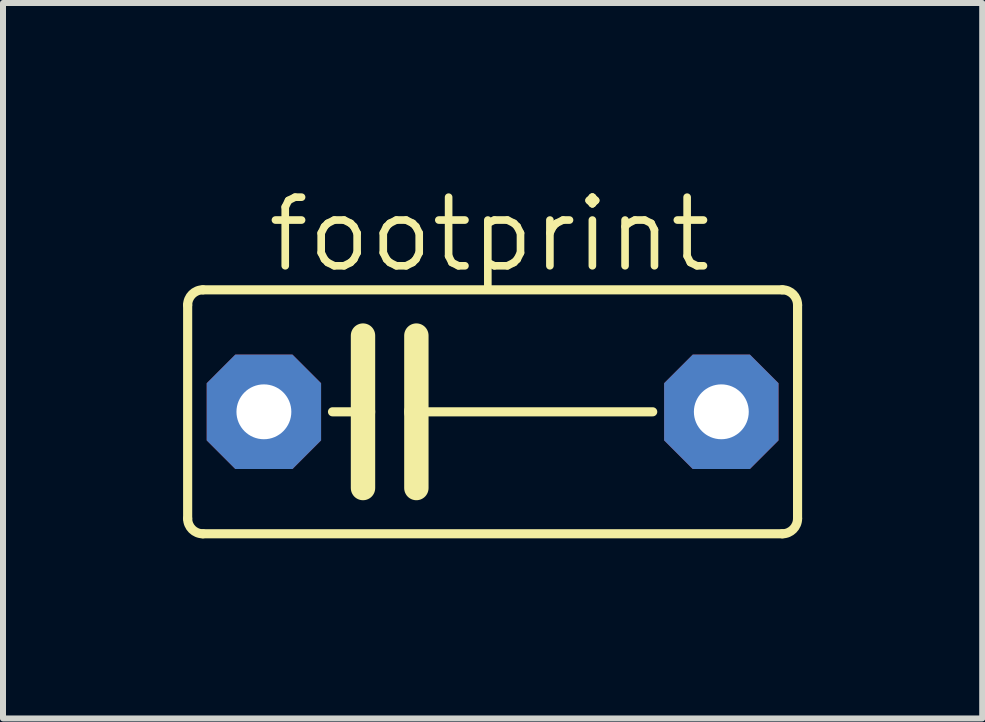
<source format=kicad_pcb>
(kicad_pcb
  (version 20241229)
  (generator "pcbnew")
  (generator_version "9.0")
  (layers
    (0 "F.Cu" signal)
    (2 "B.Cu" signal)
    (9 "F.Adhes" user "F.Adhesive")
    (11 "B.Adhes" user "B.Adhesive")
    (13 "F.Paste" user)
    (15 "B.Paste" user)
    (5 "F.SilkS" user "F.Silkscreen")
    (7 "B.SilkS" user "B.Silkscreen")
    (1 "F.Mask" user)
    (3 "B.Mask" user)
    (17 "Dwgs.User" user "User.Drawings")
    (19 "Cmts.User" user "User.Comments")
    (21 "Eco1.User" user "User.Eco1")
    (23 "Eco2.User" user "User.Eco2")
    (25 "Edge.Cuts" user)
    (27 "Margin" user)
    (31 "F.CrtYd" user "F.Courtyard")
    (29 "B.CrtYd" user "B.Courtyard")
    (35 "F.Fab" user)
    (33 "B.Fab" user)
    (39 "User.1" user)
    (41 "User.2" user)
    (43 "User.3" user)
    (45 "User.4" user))
  (footprint "footprint"
    (layer "F.Cu")
    (at 5.156 3.81)
    (property "Reference" "footprint" (at -3.81 -2.286 0) (layer "F.SilkS") (effects (font (size 1.143 1.143) (thickness 0.127)) (justify left bottom)))
    (fp_line (start -5.08 -1.778) (end -5.08 1.778) (stroke (width 0.152) (type solid)) (layer "F.SilkS"))
    (fp_line (start -4.826 2.032) (end 4.826 2.032) (stroke (width 0.152) (type solid)) (layer "F.SilkS"))
    (fp_line (start -2.667 0) (end -2.159 0) (stroke (width 0.152) (type solid)) (layer "F.SilkS"))
    (fp_line (start -2.159 -1.27) (end -2.159 0) (stroke (width 0.406) (type solid)) (layer "F.SilkS"))
    (fp_line (start -2.159 0) (end -2.159 1.27) (stroke (width 0.406) (type solid)) (layer "F.SilkS"))
    (fp_line (start -1.27 -1.27) (end -1.27 0) (stroke (width 0.406) (type solid)) (layer "F.SilkS"))
    (fp_line (start -1.27 0) (end -1.27 1.27) (stroke (width 0.406) (type solid)) (layer "F.SilkS"))
    (fp_line (start -1.27 0) (end 2.667 0) (stroke (width 0.152) (type solid)) (layer "F.SilkS"))
    (fp_line (start 4.826 -2.032) (end -4.826 -2.032) (stroke (width 0.152) (type solid)) (layer "F.SilkS"))
    (fp_line (start 5.08 1.778) (end 5.08 -1.778) (stroke (width 0.152) (type solid)) (layer "F.SilkS"))
    (fp_arc (start -5.08 -1.778) (mid -5.005605 -1.957605) (end -4.826 -2.032) (stroke (width 0.1524) (type solid)) (layer "F.SilkS"))
    (fp_arc (start -4.826 2.032) (mid -5.005605 1.957605) (end -5.08 1.778) (stroke (width 0.1524) (type solid)) (layer "F.SilkS"))
    (fp_arc (start 4.826 -2.032) (mid 5.005605 -1.957605) (end 5.08 -1.778) (stroke (width 0.1524) (type solid)) (layer "F.SilkS"))
    (fp_arc (start 5.08 1.778) (mid 5.005605 1.957605) (end 4.826 2.032) (stroke (width 0.1524) (type solid)) (layer "F.SilkS"))
    (pad "1" thru_hole roundrect (at -3.81 0) (size 1.905 1.905) (drill 0.914) (layers "*.Cu" "*.Mask") (roundrect_rratio 0.25) (chamfer_ratio 0.25) (chamfer top_left top_right bottom_left bottom_right))
    (pad "2" thru_hole roundrect (at 3.81 0) (size 1.905 1.905) (drill 0.914) (layers "*.Cu" "*.Mask") (roundrect_rratio 0.25) (chamfer_ratio 0.25) (chamfer top_left top_right bottom_left bottom_right)))
  (gr_rect
    (start -3 -3)
    (end 13.312 8.918)
    (stroke (width 0.1) (type default))
    (fill no)
    (layer "Edge.Cuts")))
</source>
